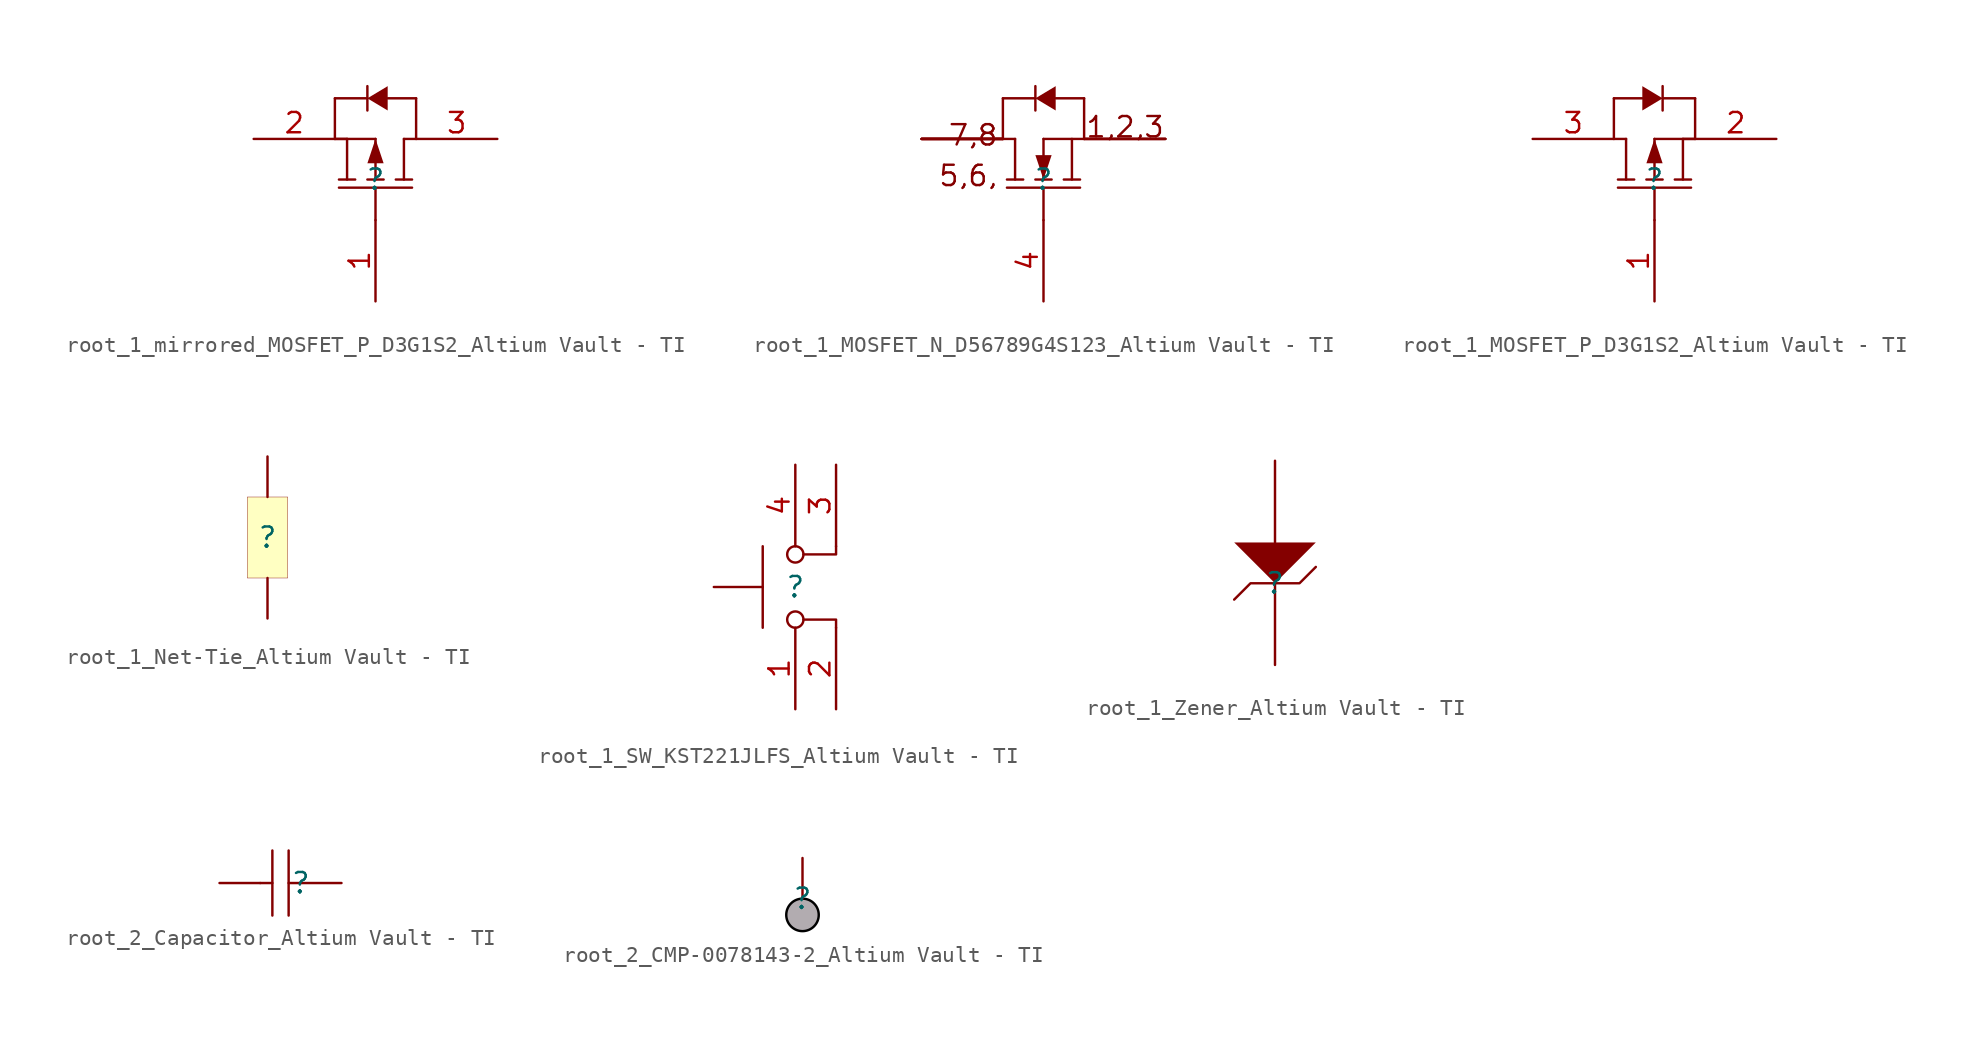
<source format=kicad_sym>
(kicad_symbol_lib
  (version 20241209)
  (generator "kicad_symbol_editor")
  (generator_version "9.0")
  (symbol "root_1_mirrored_MOSFET_P_D3G1S2_Altium Vault - TI"
    (pin_names
      (hide yes))
    (property "Reference" ""
      (at 0 0 0)
      (effects (font (size 1.27 1.27))))
    (property "Value" ""
      (at 0 0 0)
      (effects (font (size 1.27 1.27))))
    (symbol "root_1_mirrored_MOSFET_P_D3G1S2_Altium Vault - TI_1_0"
      (polyline (pts (xy -2.54 5.08) (xy -0.508 5.08)) (stroke (width 0) (type solid)) (fill (type none)))
      (polyline (pts (xy -2.54 2.54) (xy -2.54 5.08)) (stroke (width 0) (type solid)) (fill (type none)))
      (polyline (pts (xy -2.54 2.54) (xy 0 2.54)) (stroke (width 0) (type solid)) (fill (type none)))
      (polyline (pts (xy -2.286 0) (xy -1.27 0)) (stroke (width 0) (type solid)) (fill (type none)))
      (polyline (pts (xy -1.778 2.54) (xy -2.54 2.54)) (stroke (width 0) (type solid)) (fill (type none)))
      (polyline (pts (xy -1.778 2.54) (xy -1.778 0)) (stroke (width 0) (type solid)) (fill (type none)))
      (polyline (pts (xy -0.508 5.842) (xy -0.508 4.318)) (stroke (width 0) (type solid)) (fill (type none)))
      (polyline (pts (xy -0.508 5.08) (xy 0.762 5.842) (xy 0.762 4.318) (xy -0.508 5.08)) (stroke (width -0.0001) (type solid)) (fill (type outline)))
      (polyline (pts (xy -0.508 0) (xy 0.508 0)) (stroke (width 0) (type solid)) (fill (type none)))
      (polyline (pts (xy 0 2.54) (xy 0 0)) (stroke (width 0) (type solid)) (fill (type none)))
      (polyline (pts (xy 0 2.54) (xy 0.508 1.016) (xy -0.508 1.016) (xy 0 2.54)) (stroke (width -0.0001) (type solid)) (fill (type outline)))
      (polyline (pts (xy 0 -2.54) (xy 0 -0.508)) (stroke (width 0) (type solid)) (fill (type none)))
      (polyline (pts (xy 1.778 2.54) (xy 1.778 0)) (stroke (width 0) (type solid)) (fill (type none)))
      (polyline (pts (xy 1.778 2.54) (xy 2.54 2.54)) (stroke (width 0) (type solid)) (fill (type none)))
      (polyline (pts (xy 2.286 0) (xy 1.27 0)) (stroke (width 0) (type solid)) (fill (type none)))
      (polyline (pts (xy 2.286 -0.508) (xy -2.286 -0.508)) (stroke (width 0) (type solid)) (fill (type none)))
      (polyline (pts (xy 2.54 5.08) (xy 0.762 5.08)) (stroke (width 0) (type solid)) (fill (type none)))
      (polyline (pts (xy 2.54 2.54) (xy 2.54 5.08)) (stroke (width 0) (type solid)) (fill (type none)))
      (pin passive line (at -7.62 2.54 0) (length 5.08) (name "S" (effects (font (size 1.27 1.27)))) (number "2" (effects (font (size 1.27 1.27)))))
      (pin passive line (at 0 -7.62 90) (length 5.08) (name "G" (effects (font (size 1.27 1.27)))) (number "1" (effects (font (size 1.27 1.27)))))
      (pin passive line (at 7.62 2.54 180) (length 5.08) (name "D" (effects (font (size 1.27 1.27)))) (number "3" (effects (font (size 1.27 1.27)))))))
  (symbol "root_1_MOSFET_N_D56789G4S123_Altium Vault - TI"
    (pin_names
      (hide yes))
    (property "Reference" ""
      (at 0 0 0)
      (effects (font (size 1.27 1.27))))
    (property "Value" ""
      (at 0 0 0)
      (effects (font (size 1.27 1.27))))
    (symbol "root_1_MOSFET_N_D56789G4S123_Altium Vault - TI_1_0"
      (polyline (pts (xy -2.54 5.08) (xy -0.508 5.08)) (stroke (width 0) (type solid)) (fill (type none)))
      (polyline (pts (xy -2.54 2.54) (xy -2.54 5.08)) (stroke (width 0) (type solid)) (fill (type none)))
      (polyline (pts (xy -2.286 0) (xy -1.27 0)) (stroke (width 0) (type solid)) (fill (type none)))
      (polyline (pts (xy -2.286 -0.508) (xy 2.286 -0.508)) (stroke (width 0) (type solid)) (fill (type none)))
      (polyline (pts (xy -1.778 2.54) (xy -2.54 2.54)) (stroke (width 0) (type solid)) (fill (type none)))
      (polyline (pts (xy -1.778 2.54) (xy -1.778 0)) (stroke (width 0) (type solid)) (fill (type none)))
      (polyline (pts (xy -0.508 5.08) (xy 0.762 4.318) (xy 0.762 5.842) (xy -0.508 5.08)) (stroke (width -0.0001) (type solid)) (fill (type outline)))
      (polyline (pts (xy -0.508 4.318) (xy -0.508 5.842)) (stroke (width 0) (type solid)) (fill (type none)))
      (polyline (pts (xy 0 2.54) (xy 0 0)) (stroke (width 0) (type solid)) (fill (type none)))
      (polyline (pts (xy 0 2.54) (xy 2.54 2.54)) (stroke (width 0) (type solid)) (fill (type none)))
      (polyline (pts (xy 0 0) (xy 0.508 1.524) (xy -0.508 1.524) (xy 0 0)) (stroke (width -0.0001) (type solid)) (fill (type outline)))
      (polyline (pts (xy 0 -2.54) (xy 0 -0.508)) (stroke (width 0) (type solid)) (fill (type none)))
      (polyline (pts (xy 0.508 0) (xy -0.508 0)) (stroke (width 0) (type solid)) (fill (type none)))
      (polyline (pts (xy 1.778 2.54) (xy 1.778 0)) (stroke (width 0) (type solid)) (fill (type none)))
      (polyline (pts (xy 2.286 0) (xy 1.27 0)) (stroke (width 0) (type solid)) (fill (type none)))
      (polyline (pts (xy 2.54 5.08) (xy 0.762 5.08)) (stroke (width 0) (type solid)) (fill (type none)))
      (polyline (pts (xy 2.54 2.54) (xy 2.54 5.08)) (stroke (width 0) (type solid)) (fill (type none)))
      (text "7,8" (at -2.794 2.032 0) (effects (font (size 1.27 1.27)) (justify right bottom)))
      (text "5,6," (at -2.794 -0.508 0) (effects (font (size 1.27 1.27)) (justify right bottom)))
      (text "1,2,3" (at 7.62 2.54 0) (effects (font (size 1.27 1.27)) (justify right bottom)))
      (pin passive line (at -7.62 2.54 0) (length 5.08) (name "D" (effects (font (size 1.27 1.27)))) (number "5" (effects (font (size 0 0)))))
      (pin passive line (at -7.62 2.54 0) (length 5.08) (name "D" (effects (font (size 1.27 1.27)))) (number "6" (effects (font (size 0 0)))))
      (pin passive line (at -7.62 2.54 0) (length 5.08) (name "D" (effects (font (size 1.27 1.27)))) (number "7" (effects (font (size 0 0)))))
      (pin passive line (at -7.62 2.54 0) (length 5.08) (name "D" (effects (font (size 1.27 1.27)))) (number "8" (effects (font (size 0 0)))))
      (pin passive line (at -7.62 2.54 0) (length 5.08) (name "D" (effects (font (size 1.27 1.27)))) (number "9" (effects (font (size 0 0)))))
      (pin passive line (at 0 -7.62 90) (length 5.08) (name "G" (effects (font (size 1.27 1.27)))) (number "4" (effects (font (size 1.27 1.27)))))
      (pin passive line (at 7.62 2.54 180) (length 5.08) (name "S" (effects (font (size 1.27 1.27)))) (number "1" (effects (font (size 0 0)))))
      (pin passive line (at 7.62 2.54 180) (length 5.08) (name "S" (effects (font (size 1.27 1.27)))) (number "2" (effects (font (size 0 0)))))
      (pin passive line (at 7.62 2.54 180) (length 5.08) (name "S" (effects (font (size 1.27 1.27)))) (number "3" (effects (font (size 0 0)))))))
  (symbol "root_1_MOSFET_P_D3G1S2_Altium Vault - TI"
    (pin_names
      (hide yes))
    (property "Reference" ""
      (at 0 0 0)
      (effects (font (size 1.27 1.27))))
    (property "Value" ""
      (at 0 0 0)
      (effects (font (size 1.27 1.27))))
    (symbol "root_1_MOSFET_P_D3G1S2_Altium Vault - TI_1_0"
      (polyline (pts (xy -2.54 5.08) (xy -0.762 5.08)) (stroke (width 0) (type solid)) (fill (type none)))
      (polyline (pts (xy -2.54 2.54) (xy -2.54 5.08)) (stroke (width 0) (type solid)) (fill (type none)))
      (polyline (pts (xy -2.286 0) (xy -1.27 0)) (stroke (width 0) (type solid)) (fill (type none)))
      (polyline (pts (xy -2.286 -0.508) (xy 2.286 -0.508)) (stroke (width 0) (type solid)) (fill (type none)))
      (polyline (pts (xy -1.778 2.54) (xy -2.54 2.54)) (stroke (width 0) (type solid)) (fill (type none)))
      (polyline (pts (xy -1.778 2.54) (xy -1.778 0)) (stroke (width 0) (type solid)) (fill (type none)))
      (polyline (pts (xy 0 2.54) (xy 0 0)) (stroke (width 0) (type solid)) (fill (type none)))
      (polyline (pts (xy 0 2.54) (xy -0.508 1.016) (xy 0.508 1.016) (xy 0 2.54)) (stroke (width -0.0001) (type solid)) (fill (type outline)))
      (polyline (pts (xy 0 -2.54) (xy 0 -0.508)) (stroke (width 0) (type solid)) (fill (type none)))
      (polyline (pts (xy 0.508 5.842) (xy 0.508 4.318)) (stroke (width 0) (type solid)) (fill (type none)))
      (polyline (pts (xy 0.508 5.08) (xy -0.762 5.842) (xy -0.762 4.318) (xy 0.508 5.08)) (stroke (width -0.0001) (type solid)) (fill (type outline)))
      (polyline (pts (xy 0.508 0) (xy -0.508 0)) (stroke (width 0) (type solid)) (fill (type none)))
      (polyline (pts (xy 1.778 2.54) (xy 1.778 0)) (stroke (width 0) (type solid)) (fill (type none)))
      (polyline (pts (xy 1.778 2.54) (xy 2.54 2.54)) (stroke (width 0) (type solid)) (fill (type none)))
      (polyline (pts (xy 2.286 0) (xy 1.27 0)) (stroke (width 0) (type solid)) (fill (type none)))
      (polyline (pts (xy 2.54 5.08) (xy 0.508 5.08)) (stroke (width 0) (type solid)) (fill (type none)))
      (polyline (pts (xy 2.54 2.54) (xy 0 2.54)) (stroke (width 0) (type solid)) (fill (type none)))
      (polyline (pts (xy 2.54 2.54) (xy 2.54 5.08)) (stroke (width 0) (type solid)) (fill (type none)))
      (pin passive line (at -7.62 2.54 0) (length 5.08) (name "D" (effects (font (size 1.27 1.27)))) (number "3" (effects (font (size 1.27 1.27)))))
      (pin passive line (at 0 -7.62 90) (length 5.08) (name "G" (effects (font (size 1.27 1.27)))) (number "1" (effects (font (size 1.27 1.27)))))
      (pin passive line (at 7.62 2.54 180) (length 5.08) (name "S" (effects (font (size 1.27 1.27)))) (number "2" (effects (font (size 1.27 1.27)))))))
  (symbol "root_1_Net-Tie_Altium Vault - TI"
    (pin_numbers
      (hide yes))
    (pin_names
      (hide yes))
    (property "Reference" ""
      (at 0 0 0)
      (effects (font (size 1.27 1.27))))
    (property "Value" ""
      (at 0 0 0)
      (effects (font (size 1.27 1.27))))
    (symbol "root_1_Net-Tie_Altium Vault - TI_1_0"
      (rectangle (start 1.27 2.54) (end -1.27 -2.54) (stroke (width 0.025) (type solid) (color 128 0 0 1)) (fill (type background)))
      (pin passive line (at 0 5.08 270) (length 2.54) (name "2" (effects (font (size 1.27 1.27)))) (number "2" (effects (font (size 1.27 1.27)))))
      (pin passive line (at 0 -5.08 90) (length 2.54) (name "1" (effects (font (size 1.27 1.27)))) (number "1" (effects (font (size 1.27 1.27)))))))
  (symbol "root_1_SW_KST221JLFS_Altium Vault - TI"
    (pin_names
      (hide yes))
    (property "Reference" ""
      (at 0 0 0)
      (effects (font (size 1.27 1.27))))
    (property "Value" ""
      (at 0 0 0)
      (effects (font (size 1.27 1.27))))
    (symbol "root_1_SW_KST221JLFS_Altium Vault - TI_1_0"
      (polyline (pts (xy -5.08 0) (xy -2.032 0)) (stroke (width 0) (type solid)) (fill (type none)))
      (polyline (pts (xy -2.032 2.54) (xy -2.032 -2.54)) (stroke (width 0) (type solid)) (fill (type none)))
      (circle (center 0 2.032) (radius 0.508) (stroke (width 0) (type solid)) (fill (type none)))
      (circle (center 0 -2.032) (radius 0.508) (stroke (width 0) (type solid)) (fill (type none)))
      (polyline (pts (xy 2.54 2.54) (xy 2.54 2.032) (xy 0.508 2.032)) (stroke (width 0) (type solid)) (fill (type none)))
      (polyline (pts (xy 2.54 -2.54) (xy 2.54 -2.032) (xy 0.508 -2.032)) (stroke (width 0) (type solid)) (fill (type none)))
      (pin passive line (at 0 7.62 270) (length 5.08) (name "4" (effects (font (size 1.27 1.27)))) (number "4" (effects (font (size 1.27 1.27)))))
      (pin passive line (at 0 -7.62 90) (length 5.08) (name "1" (effects (font (size 1.27 1.27)))) (number "1" (effects (font (size 1.27 1.27)))))
      (pin passive line (at 2.54 7.62 270) (length 5.08) (name "3" (effects (font (size 1.27 1.27)))) (number "3" (effects (font (size 1.27 1.27)))))
      (pin passive line (at 2.54 -7.62 90) (length 5.08) (name "2" (effects (font (size 1.27 1.27)))) (number "2" (effects (font (size 1.27 1.27)))))))
  (symbol "root_1_Zener_Altium Vault - TI"
    (pin_numbers
      (hide yes))
    (pin_names
      (hide yes))
    (property "Reference" ""
      (at 0 0 0)
      (effects (font (size 1.27 1.27))))
    (property "Value" ""
      (at 0 0 0)
      (effects (font (size 1.27 1.27))))
    (symbol "root_1_Zener_Altium Vault - TI_1_0"
      (polyline (pts (xy -2.54 2.54) (xy 0 0) (xy 2.54 2.54) (xy -2.54 2.54)) (stroke (width -0.0001) (type solid)) (fill (type outline)))
      (polyline (pts (xy -2.54 -1.016) (xy -1.524 0) (xy 1.524 0) (xy 2.54 1.016)) (stroke (width 0) (type solid)) (fill (type none)))
      (pin passive line (at 0 7.62 270) (length 5.08) (name "A" (effects (font (size 1.27 1.27)))) (number "2" (effects (font (size 1.27 1.27)))))
      (pin passive line (at 0 -5.08 90) (length 5.08) (name "K" (effects (font (size 1.27 1.27)))) (number "1" (effects (font (size 1.27 1.27)))))))
  (symbol "root_2_Capacitor_Altium Vault - TI"
    (pin_numbers
      (hide yes))
    (pin_names
      (hide yes))
    (property "Reference" ""
      (at 0 0 0)
      (effects (font (size 1.27 1.27))))
    (property "Value" ""
      (at 0 0 0)
      (effects (font (size 1.27 1.27))))
    (symbol "root_2_Capacitor_Altium Vault - TI_1_0"
      (polyline (pts (xy -2.54 0) (xy -1.778 0)) (stroke (width 0) (type solid)) (fill (type none)))
      (polyline (pts (xy -1.778 -2.032) (xy -1.778 2.032)) (stroke (width 0) (type solid)) (fill (type none)))
      (polyline (pts (xy -0.762 -2.032) (xy -0.762 2.032)) (stroke (width 0) (type solid)) (fill (type none)))
      (polyline (pts (xy 0 0) (xy -0.762 0)) (stroke (width 0) (type solid)) (fill (type none)))
      (pin passive line (at -5.08 0 0) (length 2.54) (name "1" (effects (font (size 1.27 1.27)))) (number "1" (effects (font (size 1.27 1.27)))))
      (pin passive line (at 2.54 0 180) (length 2.54) (name "2" (effects (font (size 1.27 1.27)))) (number "2" (effects (font (size 1.27 1.27)))))))
  (symbol "root_2_CMP-0078143-2_Altium Vault - TI"
    (pin_numbers
      (hide yes))
    (pin_names
      (hide yes))
    (property "Reference" ""
      (at 0 0 0)
      (effects (font (size 1.27 1.27))))
    (property "Value" ""
      (at 0 0 0)
      (effects (font (size 1.27 1.27))))
    (symbol "root_2_CMP-0078143-2_Altium Vault - TI_1_0"
      (circle (center 0 -1.016) (radius 1.016) (stroke (width 0) (type solid) (color 0 0 0 1)) (fill (type color) (color 178 172 176 1)))
      (pin passive line (at 0 2.54 270) (length 2.54) (name "" (effects (font (size 1.27 1.27)))) (number "1" (effects (font (size 1.27 1.27))))))))
</source>
